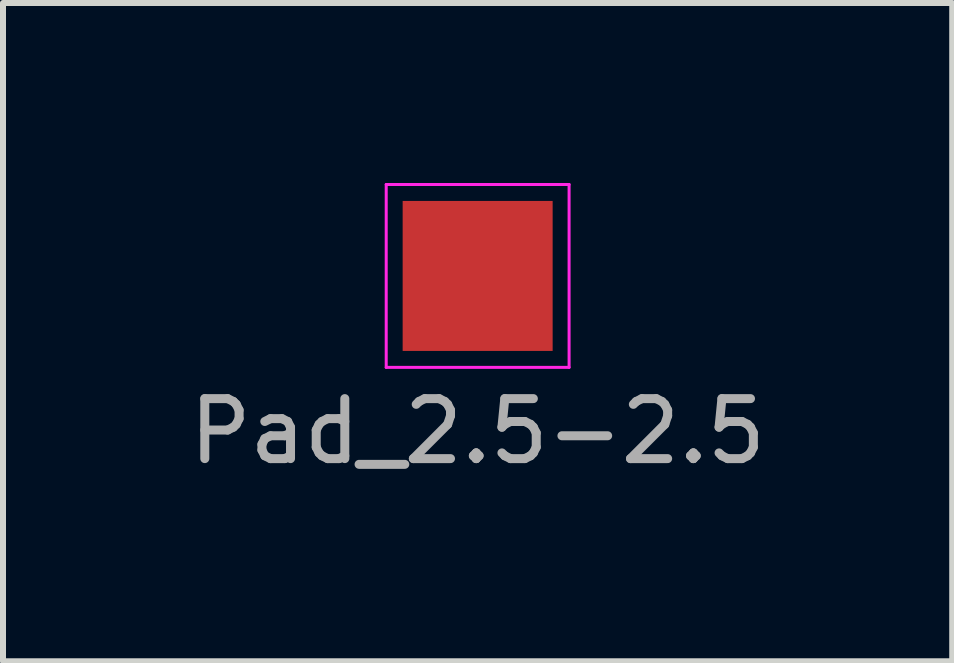
<source format=kicad_pcb>
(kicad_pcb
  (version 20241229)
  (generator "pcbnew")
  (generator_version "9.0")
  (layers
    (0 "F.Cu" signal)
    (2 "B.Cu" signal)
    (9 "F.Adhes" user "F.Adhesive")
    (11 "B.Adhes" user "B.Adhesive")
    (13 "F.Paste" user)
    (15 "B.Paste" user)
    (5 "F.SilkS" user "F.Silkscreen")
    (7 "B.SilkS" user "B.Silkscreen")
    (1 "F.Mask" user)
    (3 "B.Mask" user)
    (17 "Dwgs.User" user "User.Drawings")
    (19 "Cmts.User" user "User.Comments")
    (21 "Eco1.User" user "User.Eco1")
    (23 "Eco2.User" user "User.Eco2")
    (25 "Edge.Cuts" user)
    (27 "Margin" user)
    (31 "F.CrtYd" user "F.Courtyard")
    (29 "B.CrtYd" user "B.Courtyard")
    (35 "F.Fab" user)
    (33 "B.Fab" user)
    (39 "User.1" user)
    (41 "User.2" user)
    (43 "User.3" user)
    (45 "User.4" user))
  (footprint "Pad_2.5-2.5"
    (layer "F.Cu")
    (at 4.911 1.549)
    (property "Reference" "Pad_2.5-2.5" (at 0 3.175 180) (layer "F.Fab") (effects (font (size 1 1) (thickness 0.15)) (justify bottom)))
    (attr through_hole)
    (fp_line (start -1.524 -1.524) (end 1.524 -1.524) (stroke (width 0.05) (type solid)) (layer "F.CrtYd"))
    (fp_line (start -1.524 1.524) (end -1.524 -1.524) (stroke (width 0.05) (type solid)) (layer "F.CrtYd"))
    (fp_line (start 1.524 -1.524) (end 1.524 1.524) (stroke (width 0.05) (type solid)) (layer "F.CrtYd"))
    (fp_line (start 1.524 1.524) (end -1.524 1.524) (stroke (width 0.05) (type solid)) (layer "F.CrtYd"))
    (pad "1" smd rect (at 0 0) (size 2.5 2.5) (layers "F.Cu" "F.Mask" "F.Paste")))
  (gr_rect
    (start -3 -3)
    (end 12.821 7.971)
    (stroke (width 0.1) (type default))
    (fill no)
    (layer "Edge.Cuts")))
</source>
